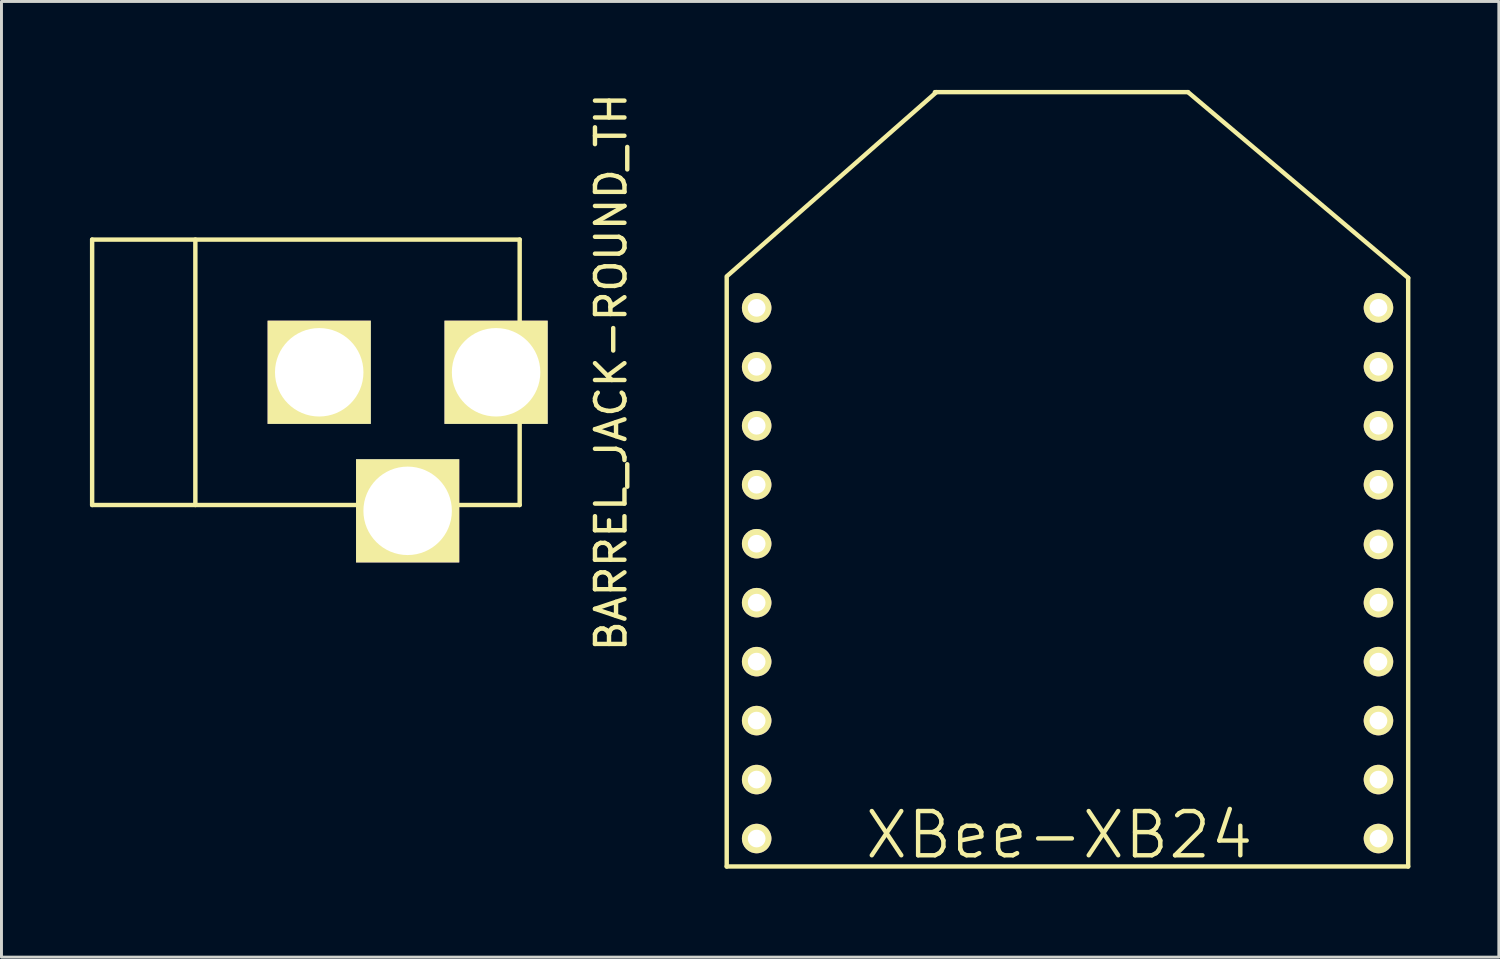
<source format=kicad_pcb>
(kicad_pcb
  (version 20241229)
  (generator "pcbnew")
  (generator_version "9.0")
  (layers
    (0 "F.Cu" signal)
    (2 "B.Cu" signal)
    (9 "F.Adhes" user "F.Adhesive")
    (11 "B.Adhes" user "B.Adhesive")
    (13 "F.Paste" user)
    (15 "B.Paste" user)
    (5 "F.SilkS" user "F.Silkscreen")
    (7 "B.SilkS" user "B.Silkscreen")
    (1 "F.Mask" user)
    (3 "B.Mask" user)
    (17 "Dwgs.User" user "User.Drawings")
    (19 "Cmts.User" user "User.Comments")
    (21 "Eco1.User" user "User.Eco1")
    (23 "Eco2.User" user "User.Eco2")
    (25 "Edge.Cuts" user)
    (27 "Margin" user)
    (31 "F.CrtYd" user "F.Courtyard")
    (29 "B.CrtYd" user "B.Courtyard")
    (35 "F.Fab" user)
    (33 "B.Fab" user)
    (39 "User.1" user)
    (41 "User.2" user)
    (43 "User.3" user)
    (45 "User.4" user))
  (footprint "BARREL_JACK-ROUND_TH"
    (layer "F.Cu")
    (at 7.576 9.577)
    (property "Reference" "BARREL_JACK-ROUND_TH" (at 10.099 0 90) (layer "F.SilkS") (effects (font (size 1 1) (thickness 0.15))))
    (attr through_hole)
    (fp_line (start -7.501 -4.501) (end -7.501 4.501) (stroke (width 0.15) (type solid)) (layer "F.SilkS"))
    (fp_line (start -7.501 4.501) (end 7 4.501) (stroke (width 0.15) (type solid)) (layer "F.SilkS"))
    (fp_line (start -4 -4.501) (end -4 4.501) (stroke (width 0.15) (type solid)) (layer "F.SilkS"))
    (fp_line (start 7 -4.501) (end -7.501 -4.501) (stroke (width 0.15) (type solid)) (layer "F.SilkS"))
    (fp_line (start 7 4.501) (end 7 -4.501) (stroke (width 0.15) (type solid)) (layer "F.SilkS"))
    (pad "1" thru_hole rect (at 6.2 0) (size 3.5 3.5) (drill 3) (layers "*.Cu" "*.Mask" "F.SilkS"))
    (pad "2" thru_hole rect (at 0.201 0) (size 3.5 3.5) (drill 3) (layers "*.Cu" "*.Mask" "F.SilkS"))
    (pad "3" thru_hole rect (at 3.2 4.699) (size 3.5 3.5) (drill 3) (layers "*.Cu" "*.Mask" "F.SilkS")))
  (footprint "XBee-XB24"
    (layer "F.Cu")
    (at 33.536 15.417)
    (property "Reference" "XBee-XB24" (at -0.66 9.855 0) (layer "F.SilkS") (effects (font (size 1.5 1.5) (thickness 0.15))))
    (attr through_hole)
    (fp_line (start -11.938 -9.093) (end -4.826 -15.342) (stroke (width 0.15) (type solid)) (layer "F.SilkS"))
    (fp_line (start -11.938 -9.042) (end -11.938 10.922) (stroke (width 0.15) (type solid)) (layer "F.SilkS"))
    (fp_line (start -11.938 10.922) (end 11.176 10.922) (stroke (width 0.15) (type solid)) (layer "F.SilkS"))
    (fp_line (start 3.708 -15.342) (end -4.877 -15.342) (stroke (width 0.15) (type solid)) (layer "F.SilkS"))
    (fp_line (start 11.176 -9.042) (end 3.708 -15.342) (stroke (width 0.15) (type solid)) (layer "F.SilkS"))
    (fp_line (start 11.176 10.922) (end 11.176 -9.042) (stroke (width 0.15) (type solid)) (layer "F.SilkS"))
    (pad "1" thru_hole circle (at -10.922 -8.026) (size 1 1) (drill 0.6) (layers "*.Cu" "*.Mask" "F.SilkS"))
    (pad "2" thru_hole circle (at -10.922 -6.026) (size 1 1) (drill 0.6) (layers "*.Cu" "*.Mask" "F.SilkS"))
    (pad "3" thru_hole circle (at -10.922 -4.026) (size 1 1) (drill 0.6) (layers "*.Cu" "*.Mask" "F.SilkS"))
    (pad "4" thru_hole circle (at -10.922 -2.026) (size 1 1) (drill 0.6) (layers "*.Cu" "*.Mask" "F.SilkS"))
    (pad "5" thru_hole circle (at -10.922 -0.026) (size 1 1) (drill 0.6) (layers "*.Cu" "*.Mask" "F.SilkS"))
    (pad "6" thru_hole circle (at -10.922 1.974) (size 1 1) (drill 0.6) (layers "*.Cu" "*.Mask" "F.SilkS"))
    (pad "7" thru_hole circle (at -10.922 3.974) (size 1 1) (drill 0.6) (layers "*.Cu" "*.Mask" "F.SilkS"))
    (pad "8" thru_hole circle (at -10.922 5.974) (size 1 1) (drill 0.6) (layers "*.Cu" "*.Mask" "F.SilkS"))
    (pad "9" thru_hole circle (at -10.922 7.974) (size 1 1) (drill 0.6) (layers "*.Cu" "*.Mask" "F.SilkS"))
    (pad "10" thru_hole circle (at -10.922 9.974) (size 1 1) (drill 0.6) (layers "*.Cu" "*.Mask" "F.SilkS"))
    (pad "11" thru_hole circle (at 10.168 9.974) (size 1 1) (drill 0.6) (layers "*.Cu" "*.Mask" "F.SilkS"))
    (pad "12" thru_hole circle (at 10.168 7.974) (size 1 1) (drill 0.6) (layers "*.Cu" "*.Mask" "F.SilkS"))
    (pad "13" thru_hole circle (at 10.168 5.974) (size 1 1) (drill 0.6) (layers "*.Cu" "*.Mask" "F.SilkS"))
    (pad "14" thru_hole circle (at 10.168 3.974) (size 1 1) (drill 0.6) (layers "*.Cu" "*.Mask" "F.SilkS"))
    (pad "15" thru_hole circle (at 10.168 1.974) (size 1 1) (drill 0.6) (layers "*.Cu" "*.Mask" "F.SilkS"))
    (pad "16" thru_hole circle (at 10.168 0) (size 1 1) (drill 0.6) (layers "*.Cu" "*.Mask" "F.SilkS"))
    (pad "17" thru_hole circle (at 10.168 -2.026) (size 1 1) (drill 0.6) (layers "*.Cu" "*.Mask" "F.SilkS"))
    (pad "18" thru_hole circle (at 10.168 -4.026) (size 1 1) (drill 0.6) (layers "*.Cu" "*.Mask" "F.SilkS"))
    (pad "19" thru_hole circle (at 10.168 -6.026) (size 1 1) (drill 0.6) (layers "*.Cu" "*.Mask" "F.SilkS"))
    (pad "20" thru_hole circle (at 10.168 -8.026) (size 1 1) (drill 0.6) (layers "*.Cu" "*.Mask" "F.SilkS")))
  (gr_rect
    (start -3 -3)
    (end 47.787 29.414)
    (stroke (width 0.1) (type default))
    (fill no)
    (layer "Edge.Cuts")))
</source>
